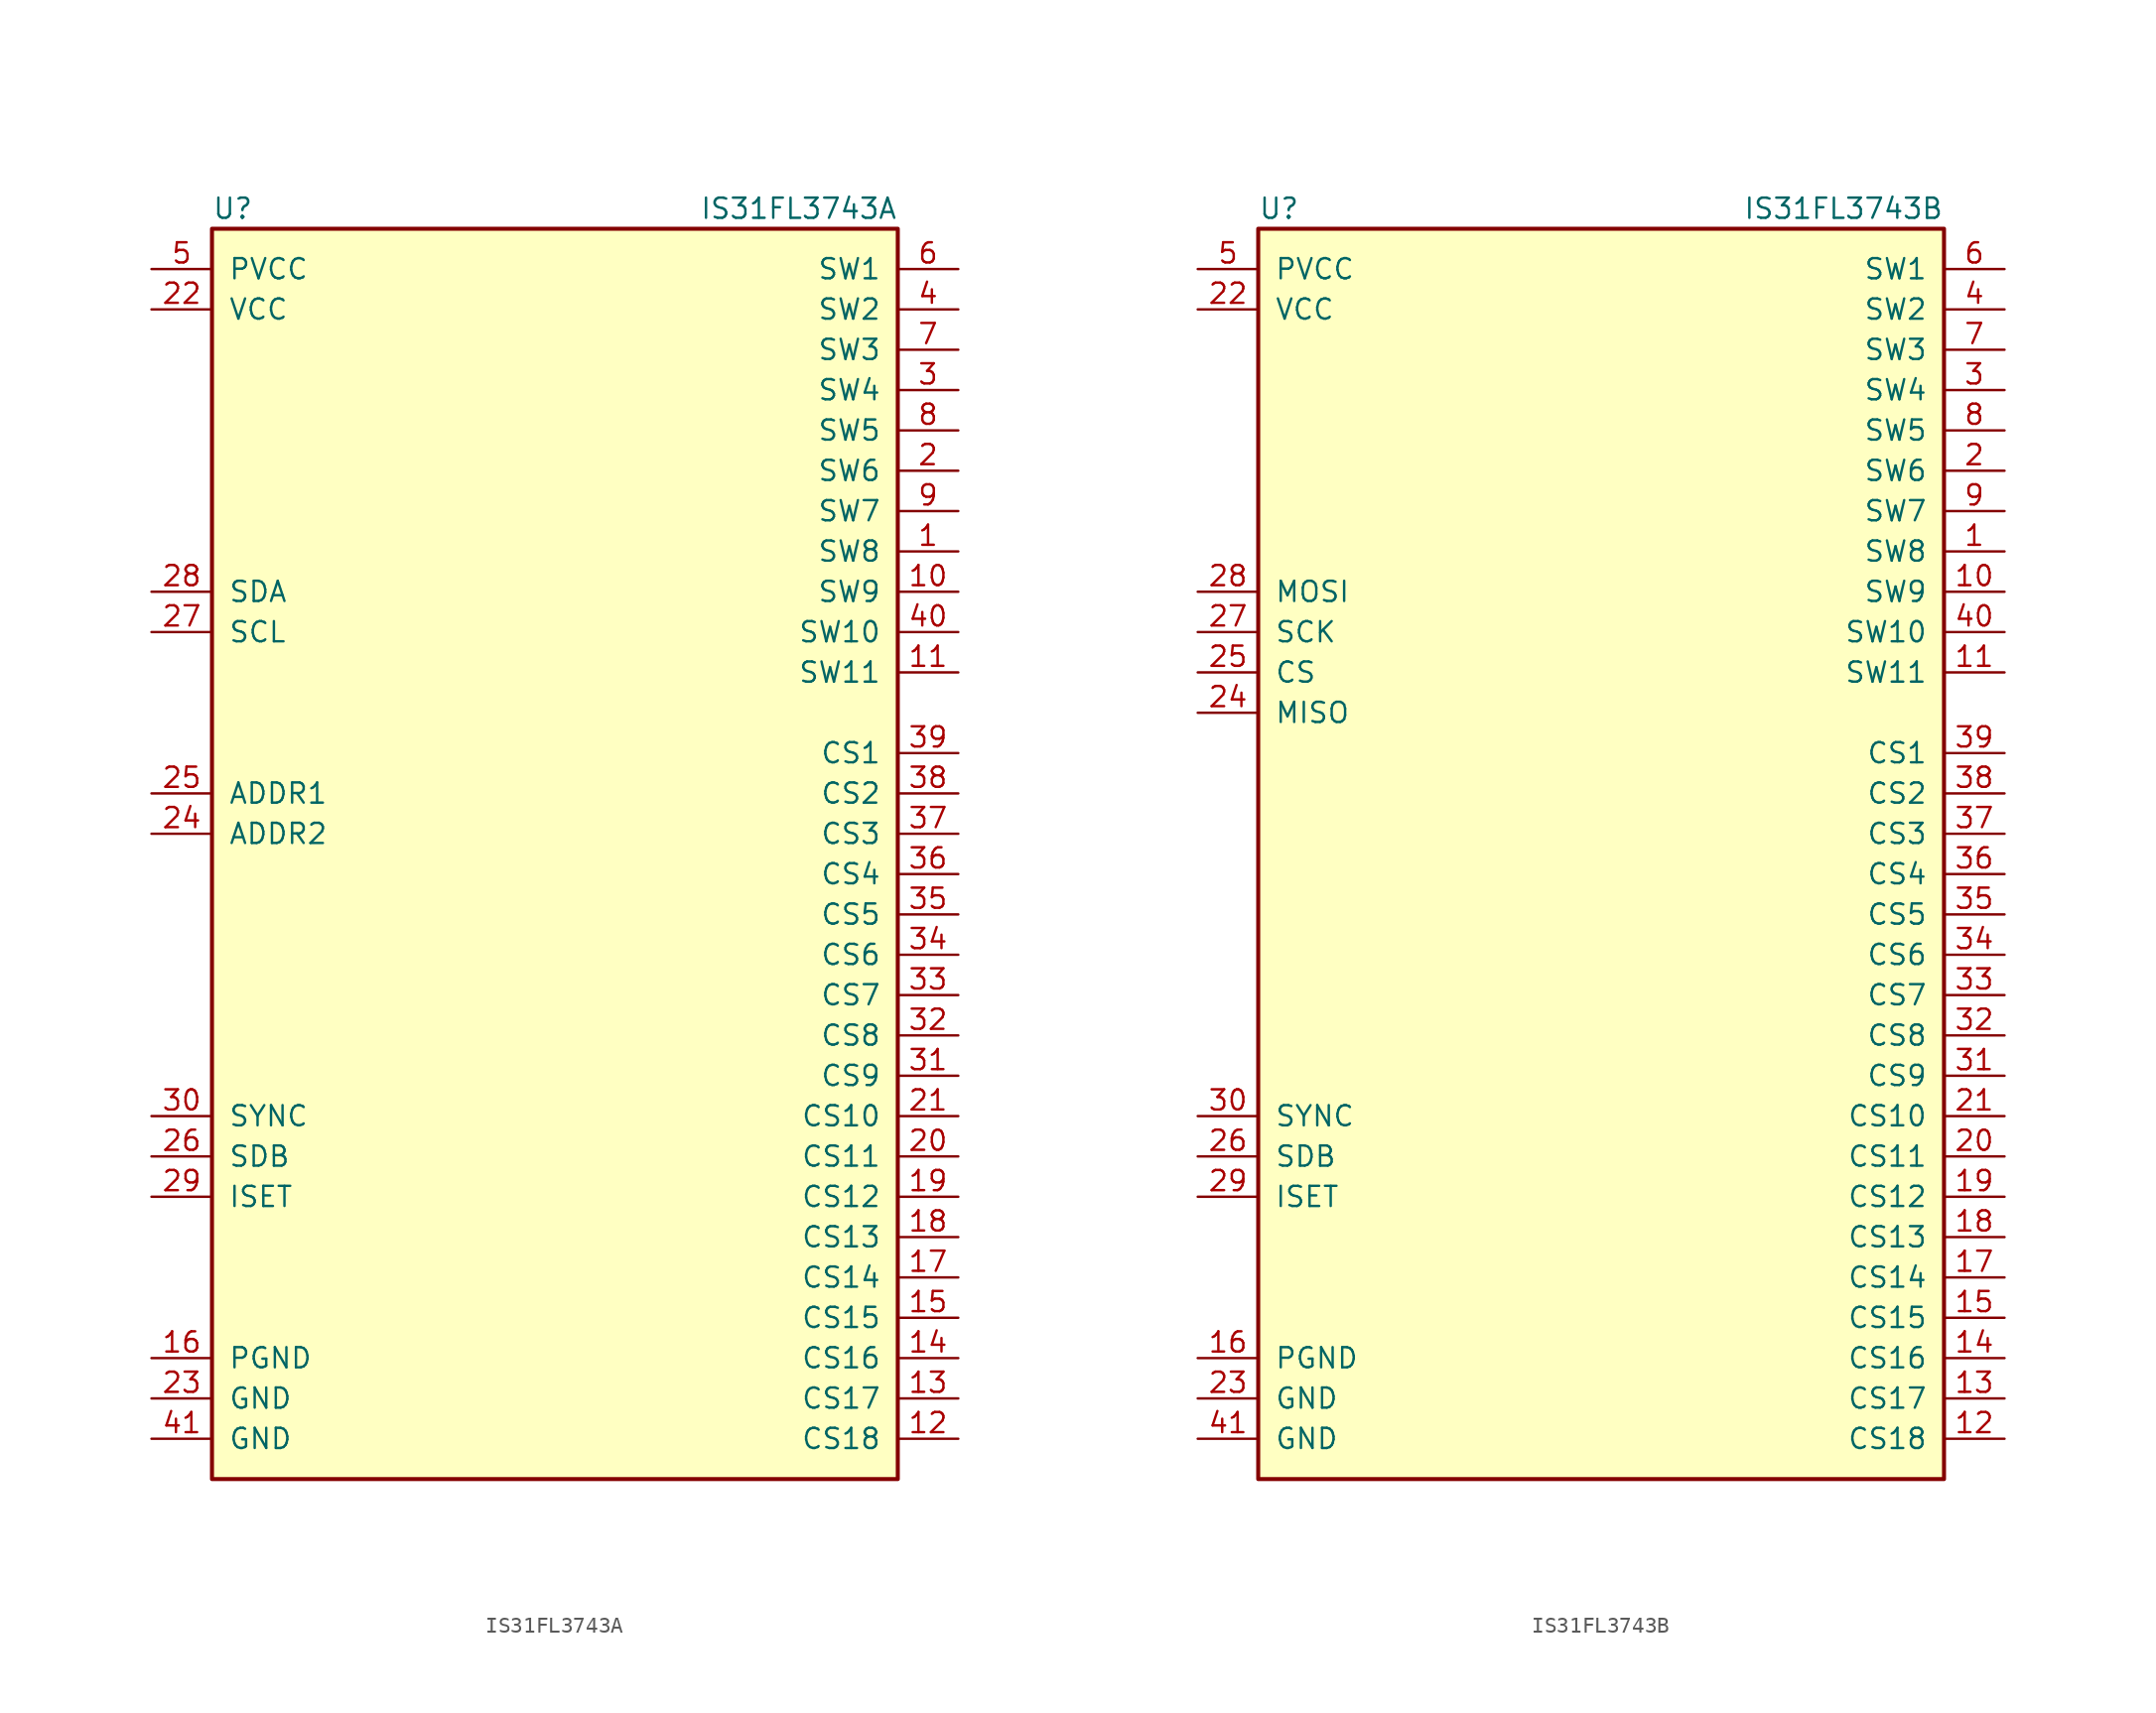
<source format=kicad_sym>
(kicad_symbol_lib
  (version 20211014)
  (generator kicad_symbol_editor)
  (symbol "IS31FL3743A"
    (pin_names
      (offset 1.016))
    (property "Reference" "U"
      (at -21.59 39.37 0)
      (effects (font (size 1.27 1.27)) (justify left)))
    (property "Value" "IS31FL3743A"
      (at 21.59 39.37 0)
      (effects (font (size 1.27 1.27)) (justify right)))
    (symbol "IS31FL3743A_0_1"
      (rectangle (start -21.59 38.1) (end 21.59 -40.64) (stroke (width 0.254) (type default) (color 0 0 0 0)) (fill (type background))))
    (symbol "IS31FL3743A_1_1"
      (pin output line (at 25.4 17.78 180) (length 3.81) (name "SW8" (effects (font (size 1.27 1.27)))) (number "1" (effects (font (size 1.27 1.27)))))
      (pin output line (at 25.4 15.24 180) (length 3.81) (name "SW9" (effects (font (size 1.27 1.27)))) (number "10" (effects (font (size 1.27 1.27)))))
      (pin output line (at 25.4 10.16 180) (length 3.81) (name "SW11" (effects (font (size 1.27 1.27)))) (number "11" (effects (font (size 1.27 1.27)))))
      (pin open_collector line (at 25.4 -38.1 180) (length 3.81) (name "CS18" (effects (font (size 1.27 1.27)))) (number "12" (effects (font (size 1.27 1.27)))))
      (pin open_collector line (at 25.4 -35.56 180) (length 3.81) (name "CS17" (effects (font (size 1.27 1.27)))) (number "13" (effects (font (size 1.27 1.27)))))
      (pin open_collector line (at 25.4 -33.02 180) (length 3.81) (name "CS16" (effects (font (size 1.27 1.27)))) (number "14" (effects (font (size 1.27 1.27)))))
      (pin open_collector line (at 25.4 -30.48 180) (length 3.81) (name "CS15" (effects (font (size 1.27 1.27)))) (number "15" (effects (font (size 1.27 1.27)))))
      (pin power_in line (at -25.4 -33.02 0) (length 3.81) (name "PGND" (effects (font (size 1.27 1.27)))) (number "16" (effects (font (size 1.27 1.27)))))
      (pin open_collector line (at 25.4 -27.94 180) (length 3.81) (name "CS14" (effects (font (size 1.27 1.27)))) (number "17" (effects (font (size 1.27 1.27)))))
      (pin open_collector line (at 25.4 -25.4 180) (length 3.81) (name "CS13" (effects (font (size 1.27 1.27)))) (number "18" (effects (font (size 1.27 1.27)))))
      (pin open_collector line (at 25.4 -22.86 180) (length 3.81) (name "CS12" (effects (font (size 1.27 1.27)))) (number "19" (effects (font (size 1.27 1.27)))))
      (pin output line (at 25.4 22.86 180) (length 3.81) (name "SW6" (effects (font (size 1.27 1.27)))) (number "2" (effects (font (size 1.27 1.27)))))
      (pin open_collector line (at 25.4 -20.32 180) (length 3.81) (name "CS11" (effects (font (size 1.27 1.27)))) (number "20" (effects (font (size 1.27 1.27)))))
      (pin open_collector line (at 25.4 -17.78 180) (length 3.81) (name "CS10" (effects (font (size 1.27 1.27)))) (number "21" (effects (font (size 1.27 1.27)))))
      (pin power_in line (at -25.4 33.02 0) (length 3.81) (name "VCC" (effects (font (size 1.27 1.27)))) (number "22" (effects (font (size 1.27 1.27)))))
      (pin power_in line (at -25.4 -35.56 0) (length 3.81) (name "GND" (effects (font (size 1.27 1.27)))) (number "23" (effects (font (size 1.27 1.27)))))
      (pin passive line (at -25.4 0 0) (length 3.81) (name "ADDR2" (effects (font (size 1.27 1.27)))) (number "24" (effects (font (size 1.27 1.27)))))
      (pin passive line (at -25.4 2.54 0) (length 3.81) (name "ADDR1" (effects (font (size 1.27 1.27)))) (number "25" (effects (font (size 1.27 1.27)))))
      (pin input line (at -25.4 -20.32 0) (length 3.81) (name "SDB" (effects (font (size 1.27 1.27)))) (number "26" (effects (font (size 1.27 1.27)))))
      (pin input line (at -25.4 12.7 0) (length 3.81) (name "SCL" (effects (font (size 1.27 1.27)))) (number "27" (effects (font (size 1.27 1.27)))))
      (pin bidirectional line (at -25.4 15.24 0) (length 3.81) (name "SDA" (effects (font (size 1.27 1.27)))) (number "28" (effects (font (size 1.27 1.27)))))
      (pin passive line (at -25.4 -22.86 0) (length 3.81) (name "ISET" (effects (font (size 1.27 1.27)))) (number "29" (effects (font (size 1.27 1.27)))))
      (pin output line (at 25.4 27.94 180) (length 3.81) (name "SW4" (effects (font (size 1.27 1.27)))) (number "3" (effects (font (size 1.27 1.27)))))
      (pin passive line (at -25.4 -17.78 0) (length 3.81) (name "SYNC" (effects (font (size 1.27 1.27)))) (number "30" (effects (font (size 1.27 1.27)))))
      (pin open_collector line (at 25.4 -15.24 180) (length 3.81) (name "CS9" (effects (font (size 1.27 1.27)))) (number "31" (effects (font (size 1.27 1.27)))))
      (pin open_collector line (at 25.4 -12.7 180) (length 3.81) (name "CS8" (effects (font (size 1.27 1.27)))) (number "32" (effects (font (size 1.27 1.27)))))
      (pin open_collector line (at 25.4 -10.16 180) (length 3.81) (name "CS7" (effects (font (size 1.27 1.27)))) (number "33" (effects (font (size 1.27 1.27)))))
      (pin open_collector line (at 25.4 -7.62 180) (length 3.81) (name "CS6" (effects (font (size 1.27 1.27)))) (number "34" (effects (font (size 1.27 1.27)))))
      (pin open_collector line (at 25.4 -5.08 180) (length 3.81) (name "CS5" (effects (font (size 1.27 1.27)))) (number "35" (effects (font (size 1.27 1.27)))))
      (pin open_collector line (at 25.4 -2.54 180) (length 3.81) (name "CS4" (effects (font (size 1.27 1.27)))) (number "36" (effects (font (size 1.27 1.27)))))
      (pin open_collector line (at 25.4 0 180) (length 3.81) (name "CS3" (effects (font (size 1.27 1.27)))) (number "37" (effects (font (size 1.27 1.27)))))
      (pin open_collector line (at 25.4 2.54 180) (length 3.81) (name "CS2" (effects (font (size 1.27 1.27)))) (number "38" (effects (font (size 1.27 1.27)))))
      (pin open_collector line (at 25.4 5.08 180) (length 3.81) (name "CS1" (effects (font (size 1.27 1.27)))) (number "39" (effects (font (size 1.27 1.27)))))
      (pin output line (at 25.4 33.02 180) (length 3.81) (name "SW2" (effects (font (size 1.27 1.27)))) (number "4" (effects (font (size 1.27 1.27)))))
      (pin output line (at 25.4 12.7 180) (length 3.81) (name "SW10" (effects (font (size 1.27 1.27)))) (number "40" (effects (font (size 1.27 1.27)))))
      (pin power_in line (at -25.4 -38.1 0) (length 3.81) (name "GND" (effects (font (size 1.27 1.27)))) (number "41" (effects (font (size 1.27 1.27)))))
      (pin power_in line (at -25.4 35.56 0) (length 3.81) (name "PVCC" (effects (font (size 1.27 1.27)))) (number "5" (effects (font (size 1.27 1.27)))))
      (pin output line (at 25.4 35.56 180) (length 3.81) (name "SW1" (effects (font (size 1.27 1.27)))) (number "6" (effects (font (size 1.27 1.27)))))
      (pin output line (at 25.4 30.48 180) (length 3.81) (name "SW3" (effects (font (size 1.27 1.27)))) (number "7" (effects (font (size 1.27 1.27)))))
      (pin output line (at 25.4 25.4 180) (length 3.81) (name "SW5" (effects (font (size 1.27 1.27)))) (number "8" (effects (font (size 1.27 1.27)))))
      (pin output line (at 25.4 20.32 180) (length 3.81) (name "SW7" (effects (font (size 1.27 1.27)))) (number "9" (effects (font (size 1.27 1.27)))))))
  (symbol "IS31FL3743B"
    (pin_names
      (offset 1.016))
    (property "Reference" "U"
      (at -21.59 39.37 0)
      (effects (font (size 1.27 1.27)) (justify left)))
    (property "Value" "IS31FL3743B"
      (at 21.59 39.37 0)
      (effects (font (size 1.27 1.27)) (justify right)))
    (symbol "IS31FL3743B_0_1"
      (rectangle (start -21.59 38.1) (end 21.59 -40.64) (stroke (width 0.254) (type default) (color 0 0 0 0)) (fill (type background))))
    (symbol "IS31FL3743B_1_1"
      (pin output line (at 25.4 17.78 180) (length 3.81) (name "SW8" (effects (font (size 1.27 1.27)))) (number "1" (effects (font (size 1.27 1.27)))))
      (pin output line (at 25.4 15.24 180) (length 3.81) (name "SW9" (effects (font (size 1.27 1.27)))) (number "10" (effects (font (size 1.27 1.27)))))
      (pin output line (at 25.4 10.16 180) (length 3.81) (name "SW11" (effects (font (size 1.27 1.27)))) (number "11" (effects (font (size 1.27 1.27)))))
      (pin open_collector line (at 25.4 -38.1 180) (length 3.81) (name "CS18" (effects (font (size 1.27 1.27)))) (number "12" (effects (font (size 1.27 1.27)))))
      (pin open_collector line (at 25.4 -35.56 180) (length 3.81) (name "CS17" (effects (font (size 1.27 1.27)))) (number "13" (effects (font (size 1.27 1.27)))))
      (pin open_collector line (at 25.4 -33.02 180) (length 3.81) (name "CS16" (effects (font (size 1.27 1.27)))) (number "14" (effects (font (size 1.27 1.27)))))
      (pin open_collector line (at 25.4 -30.48 180) (length 3.81) (name "CS15" (effects (font (size 1.27 1.27)))) (number "15" (effects (font (size 1.27 1.27)))))
      (pin power_in line (at -25.4 -33.02 0) (length 3.81) (name "PGND" (effects (font (size 1.27 1.27)))) (number "16" (effects (font (size 1.27 1.27)))))
      (pin open_collector line (at 25.4 -27.94 180) (length 3.81) (name "CS14" (effects (font (size 1.27 1.27)))) (number "17" (effects (font (size 1.27 1.27)))))
      (pin open_collector line (at 25.4 -25.4 180) (length 3.81) (name "CS13" (effects (font (size 1.27 1.27)))) (number "18" (effects (font (size 1.27 1.27)))))
      (pin open_collector line (at 25.4 -22.86 180) (length 3.81) (name "CS12" (effects (font (size 1.27 1.27)))) (number "19" (effects (font (size 1.27 1.27)))))
      (pin output line (at 25.4 22.86 180) (length 3.81) (name "SW6" (effects (font (size 1.27 1.27)))) (number "2" (effects (font (size 1.27 1.27)))))
      (pin open_collector line (at 25.4 -20.32 180) (length 3.81) (name "CS11" (effects (font (size 1.27 1.27)))) (number "20" (effects (font (size 1.27 1.27)))))
      (pin open_collector line (at 25.4 -17.78 180) (length 3.81) (name "CS10" (effects (font (size 1.27 1.27)))) (number "21" (effects (font (size 1.27 1.27)))))
      (pin power_in line (at -25.4 33.02 0) (length 3.81) (name "VCC" (effects (font (size 1.27 1.27)))) (number "22" (effects (font (size 1.27 1.27)))))
      (pin power_in line (at -25.4 -35.56 0) (length 3.81) (name "GND" (effects (font (size 1.27 1.27)))) (number "23" (effects (font (size 1.27 1.27)))))
      (pin output line (at -25.4 7.62 0) (length 3.81) (name "MISO" (effects (font (size 1.27 1.27)))) (number "24" (effects (font (size 1.27 1.27)))))
      (pin input line (at -25.4 10.16 0) (length 3.81) (name "CS" (effects (font (size 1.27 1.27)))) (number "25" (effects (font (size 1.27 1.27)))))
      (pin input line (at -25.4 -20.32 0) (length 3.81) (name "SDB" (effects (font (size 1.27 1.27)))) (number "26" (effects (font (size 1.27 1.27)))))
      (pin input line (at -25.4 12.7 0) (length 3.81) (name "SCK" (effects (font (size 1.27 1.27)))) (number "27" (effects (font (size 1.27 1.27)))))
      (pin input line (at -25.4 15.24 0) (length 3.81) (name "MOSI" (effects (font (size 1.27 1.27)))) (number "28" (effects (font (size 1.27 1.27)))))
      (pin passive line (at -25.4 -22.86 0) (length 3.81) (name "ISET" (effects (font (size 1.27 1.27)))) (number "29" (effects (font (size 1.27 1.27)))))
      (pin output line (at 25.4 27.94 180) (length 3.81) (name "SW4" (effects (font (size 1.27 1.27)))) (number "3" (effects (font (size 1.27 1.27)))))
      (pin passive line (at -25.4 -17.78 0) (length 3.81) (name "SYNC" (effects (font (size 1.27 1.27)))) (number "30" (effects (font (size 1.27 1.27)))))
      (pin open_collector line (at 25.4 -15.24 180) (length 3.81) (name "CS9" (effects (font (size 1.27 1.27)))) (number "31" (effects (font (size 1.27 1.27)))))
      (pin open_collector line (at 25.4 -12.7 180) (length 3.81) (name "CS8" (effects (font (size 1.27 1.27)))) (number "32" (effects (font (size 1.27 1.27)))))
      (pin open_collector line (at 25.4 -10.16 180) (length 3.81) (name "CS7" (effects (font (size 1.27 1.27)))) (number "33" (effects (font (size 1.27 1.27)))))
      (pin open_collector line (at 25.4 -7.62 180) (length 3.81) (name "CS6" (effects (font (size 1.27 1.27)))) (number "34" (effects (font (size 1.27 1.27)))))
      (pin open_collector line (at 25.4 -5.08 180) (length 3.81) (name "CS5" (effects (font (size 1.27 1.27)))) (number "35" (effects (font (size 1.27 1.27)))))
      (pin open_collector line (at 25.4 -2.54 180) (length 3.81) (name "CS4" (effects (font (size 1.27 1.27)))) (number "36" (effects (font (size 1.27 1.27)))))
      (pin open_collector line (at 25.4 0 180) (length 3.81) (name "CS3" (effects (font (size 1.27 1.27)))) (number "37" (effects (font (size 1.27 1.27)))))
      (pin open_collector line (at 25.4 2.54 180) (length 3.81) (name "CS2" (effects (font (size 1.27 1.27)))) (number "38" (effects (font (size 1.27 1.27)))))
      (pin open_collector line (at 25.4 5.08 180) (length 3.81) (name "CS1" (effects (font (size 1.27 1.27)))) (number "39" (effects (font (size 1.27 1.27)))))
      (pin output line (at 25.4 33.02 180) (length 3.81) (name "SW2" (effects (font (size 1.27 1.27)))) (number "4" (effects (font (size 1.27 1.27)))))
      (pin output line (at 25.4 12.7 180) (length 3.81) (name "SW10" (effects (font (size 1.27 1.27)))) (number "40" (effects (font (size 1.27 1.27)))))
      (pin power_in line (at -25.4 -38.1 0) (length 3.81) (name "GND" (effects (font (size 1.27 1.27)))) (number "41" (effects (font (size 1.27 1.27)))))
      (pin power_in line (at -25.4 35.56 0) (length 3.81) (name "PVCC" (effects (font (size 1.27 1.27)))) (number "5" (effects (font (size 1.27 1.27)))))
      (pin output line (at 25.4 35.56 180) (length 3.81) (name "SW1" (effects (font (size 1.27 1.27)))) (number "6" (effects (font (size 1.27 1.27)))))
      (pin output line (at 25.4 30.48 180) (length 3.81) (name "SW3" (effects (font (size 1.27 1.27)))) (number "7" (effects (font (size 1.27 1.27)))))
      (pin output line (at 25.4 25.4 180) (length 3.81) (name "SW5" (effects (font (size 1.27 1.27)))) (number "8" (effects (font (size 1.27 1.27)))))
      (pin output line (at 25.4 20.32 180) (length 3.81) (name "SW7" (effects (font (size 1.27 1.27)))) (number "9" (effects (font (size 1.27 1.27))))))))
</source>
